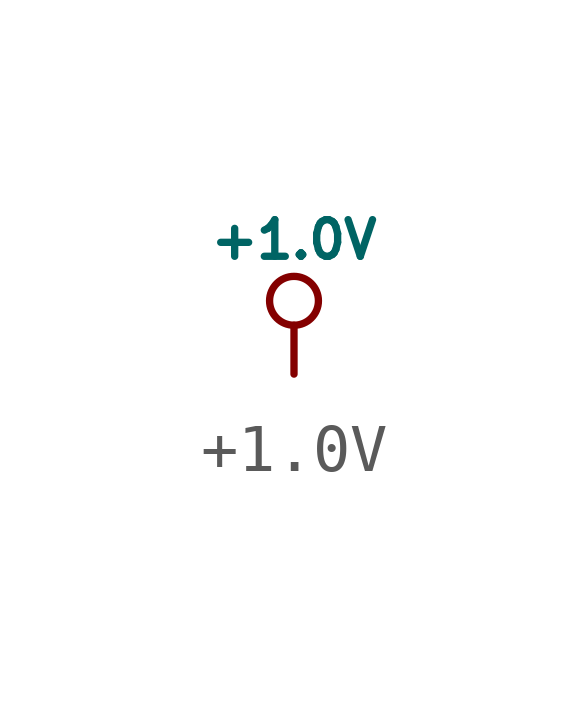
<source format=kicad_sym>
(kicad_symbol_lib
  (version 20241209)
  (generator "kicad_symbol_editor")
  (generator_version "9.0")
  (symbol "+1.0V"
    (power)
    (pin_names
      (offset 0))
    (property "Reference" "#PWR"
      (at 0 -1.016 0)
      (effects (font (size 0.762 0.762)) (hide yes)))
    (property "Value" "+1.0V"
      (at 0 2.794 0)
      (effects (font (size 0.762 0.762))))
    (property "Footprint" ""
      (at 0 0 0)
      (effects (font (size 1.524 1.524))))
    (property "Datasheet" ""
      (at 0 0 0)
      (effects (font (size 1.524 1.524))))
    (symbol "+1.0V_0_0"
      (pin power_in line (at 0 0 90) (length 0) (hide yes) (name "+1.0V" (effects (font (size 0.762 0.762)))) (number "1" (effects (font (size 0.762 0.762))))))
    (symbol "+1.0V_0_1"
      (circle (center 0 1.524) (radius 0.508) (stroke (width 0) (type default)) (fill (type none)))
      (polyline (pts (xy 0 0) (xy 0 1.016) (xy 0 1.016)) (stroke (width 0) (type default)) (fill (type none))))))
</source>
